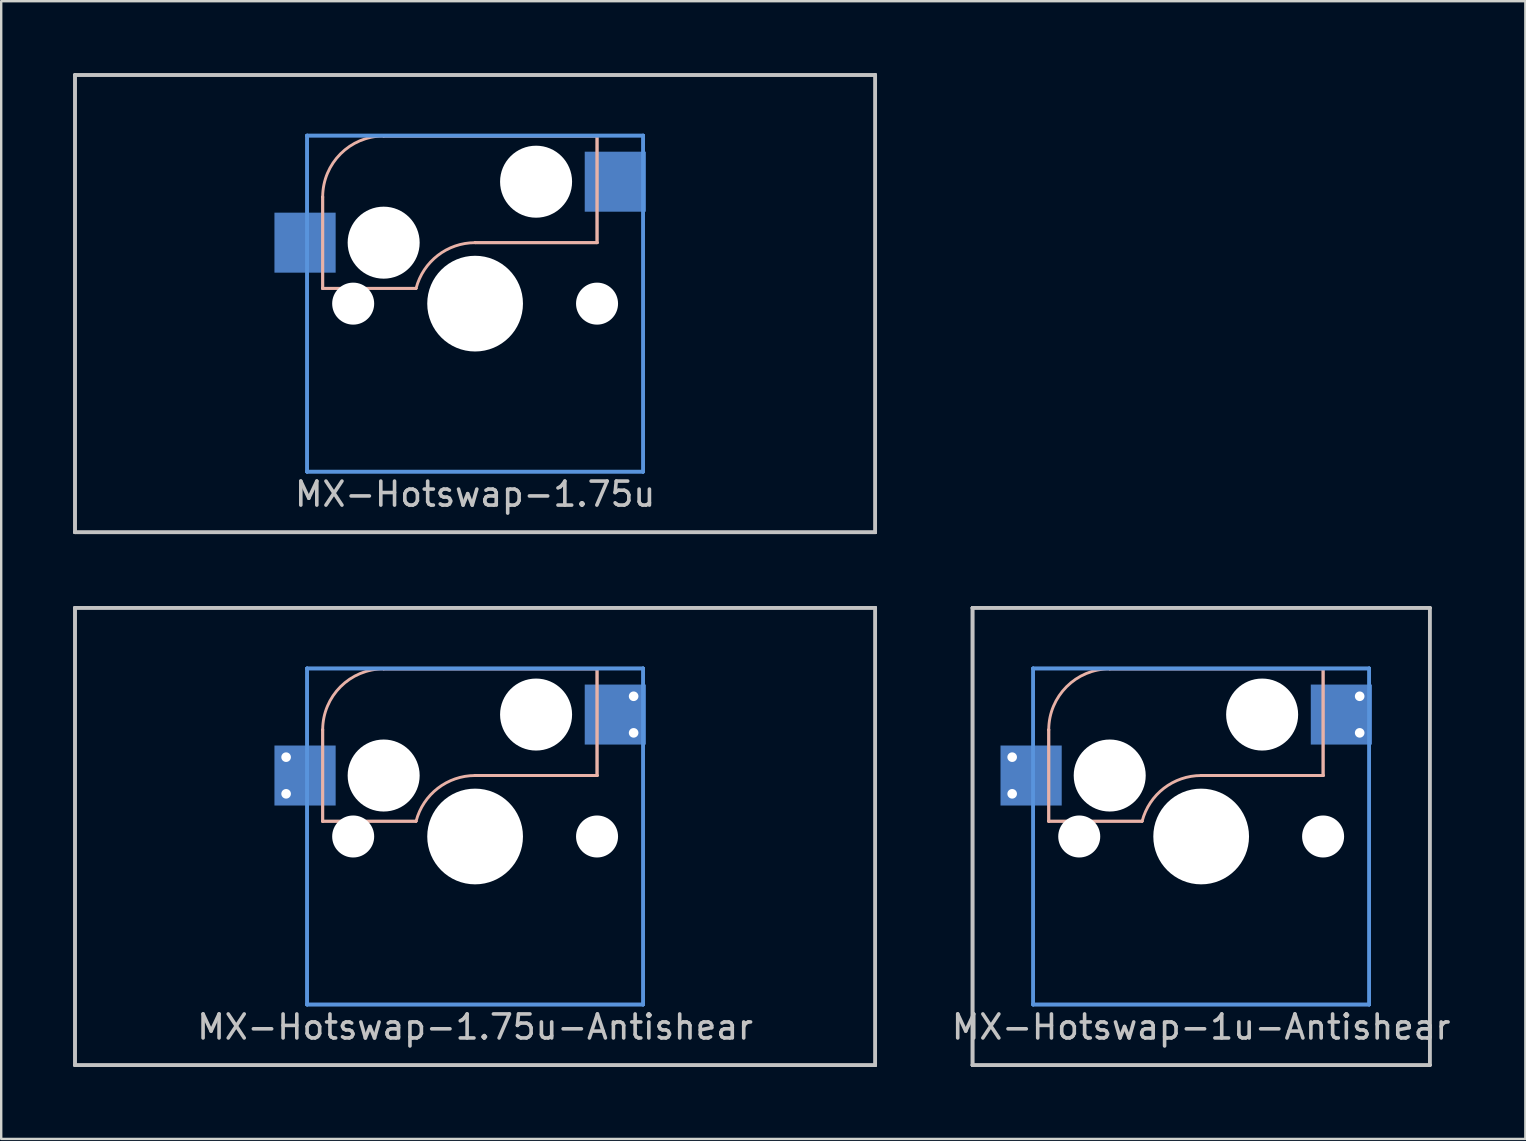
<source format=kicad_pcb>
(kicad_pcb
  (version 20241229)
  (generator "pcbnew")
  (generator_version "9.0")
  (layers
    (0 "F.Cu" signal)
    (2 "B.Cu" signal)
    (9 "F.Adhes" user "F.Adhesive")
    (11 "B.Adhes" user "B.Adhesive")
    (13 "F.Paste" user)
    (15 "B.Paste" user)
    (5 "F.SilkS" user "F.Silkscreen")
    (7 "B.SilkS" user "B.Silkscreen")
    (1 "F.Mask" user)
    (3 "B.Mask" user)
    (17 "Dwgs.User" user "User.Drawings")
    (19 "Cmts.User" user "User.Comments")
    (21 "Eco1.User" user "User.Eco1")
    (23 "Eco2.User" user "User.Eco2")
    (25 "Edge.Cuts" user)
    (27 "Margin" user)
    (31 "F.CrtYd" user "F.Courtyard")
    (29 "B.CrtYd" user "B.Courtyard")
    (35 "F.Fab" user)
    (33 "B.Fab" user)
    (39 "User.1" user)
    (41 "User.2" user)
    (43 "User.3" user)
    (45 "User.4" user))
  (footprint "MX-Hotswap-1u-Antishear"
    (layer "F.Cu")
    (at 46.993 31.8)
    (property "Reference" "MX-Hotswap-1u-Antishear" (at 0 7.938 0) (layer "Dwgs.User") (effects (font (size 1 1) (thickness 0.15))))
    (attr through_hole)
    (fp_line (start -6.35 -4.445) (end -6.35 -4.445) (stroke (width 0.12) (type solid)) (layer "B.SilkS"))
    (fp_line (start -6.35 -4.445) (end -6.35 -0.635) (stroke (width 0.12) (type solid)) (layer "B.SilkS"))
    (fp_line (start -6.35 -0.635) (end -6.35 -4.445) (stroke (width 0.12) (type solid)) (layer "B.SilkS"))
    (fp_line (start -6.35 -0.635) (end -6.35 -0.635) (stroke (width 0.12) (type solid)) (layer "B.SilkS"))
    (fp_line (start -6.35 -0.635) (end -6.35 -0.635) (stroke (width 0.12) (type solid)) (layer "B.SilkS"))
    (fp_line (start -6.35 -0.635) (end -2.464 -0.635) (stroke (width 0.12) (type solid)) (layer "B.SilkS"))
    (fp_line (start -3.81 -6.985) (end -3.81 -6.985) (stroke (width 0.12) (type solid)) (layer "B.SilkS"))
    (fp_line (start -3.81 -6.985) (end 5.08 -6.985) (stroke (width 0.12) (type solid)) (layer "B.SilkS"))
    (fp_line (start -2.464 -0.635) (end -6.35 -0.635) (stroke (width 0.12) (type solid)) (layer "B.SilkS"))
    (fp_line (start -2.464 -0.635) (end -2.464 -0.635) (stroke (width 0.12) (type solid)) (layer "B.SilkS"))
    (fp_line (start 0 -2.54) (end 0 -2.54) (stroke (width 0.12) (type solid)) (layer "B.SilkS"))
    (fp_line (start 0 -2.54) (end 5.08 -2.54) (stroke (width 0.12) (type solid)) (layer "B.SilkS"))
    (fp_line (start 5.08 -6.985) (end -3.81 -6.985) (stroke (width 0.12) (type solid)) (layer "B.SilkS"))
    (fp_line (start 5.08 -6.985) (end 5.08 -6.985) (stroke (width 0.12) (type solid)) (layer "B.SilkS"))
    (fp_line (start 5.08 -6.985) (end 5.08 -6.985) (stroke (width 0.12) (type solid)) (layer "B.SilkS"))
    (fp_line (start 5.08 -6.985) (end 5.08 -2.54) (stroke (width 0.12) (type solid)) (layer "B.SilkS"))
    (fp_line (start 5.08 -2.54) (end 0 -2.54) (stroke (width 0.12) (type solid)) (layer "B.SilkS"))
    (fp_line (start 5.08 -2.54) (end 5.08 -6.985) (stroke (width 0.12) (type solid)) (layer "B.SilkS"))
    (fp_line (start 5.08 -2.54) (end 5.08 -2.54) (stroke (width 0.12) (type solid)) (layer "B.SilkS"))
    (fp_line (start 5.08 -2.54) (end 5.08 -2.54) (stroke (width 0.12) (type solid)) (layer "B.SilkS"))
    (fp_arc (start -6.35 -4.445) (mid -5.606051 -6.241051) (end -3.81 -6.985) (stroke (width 0.12) (type solid)) (layer "B.SilkS"))
    (fp_arc (start -2.457981 -0.640256) (mid -1.553279 -2.009707) (end 0 -2.54) (stroke (width 0.12) (type solid)) (layer "B.SilkS"))
    (fp_line (start -9.525 -9.525) (end -9.525 -9.525) (stroke (width 0.15) (type solid)) (layer "Dwgs.User"))
    (fp_line (start -9.525 -9.525) (end -9.525 -9.525) (stroke (width 0.15) (type solid)) (layer "Dwgs.User"))
    (fp_line (start -9.525 -9.525) (end -9.525 9.525) (stroke (width 0.15) (type solid)) (layer "Dwgs.User"))
    (fp_line (start -9.525 -9.525) (end 9.525 -9.525) (stroke (width 0.15) (type solid)) (layer "Dwgs.User"))
    (fp_line (start -9.525 9.525) (end -9.525 -9.525) (stroke (width 0.15) (type solid)) (layer "Dwgs.User"))
    (fp_line (start -9.525 9.525) (end -9.525 9.525) (stroke (width 0.15) (type solid)) (layer "Dwgs.User"))
    (fp_line (start -9.525 9.525) (end -9.525 9.525) (stroke (width 0.15) (type solid)) (layer "Dwgs.User"))
    (fp_line (start -9.525 9.525) (end 9.525 9.525) (stroke (width 0.15) (type solid)) (layer "Dwgs.User"))
    (fp_line (start 9.525 -9.525) (end -9.525 -9.525) (stroke (width 0.15) (type solid)) (layer "Dwgs.User"))
    (fp_line (start 9.525 -9.525) (end 9.525 -9.525) (stroke (width 0.15) (type solid)) (layer "Dwgs.User"))
    (fp_line (start 9.525 -9.525) (end 9.525 -9.525) (stroke (width 0.15) (type solid)) (layer "Dwgs.User"))
    (fp_line (start 9.525 -9.525) (end 9.525 9.525) (stroke (width 0.15) (type solid)) (layer "Dwgs.User"))
    (fp_line (start 9.525 9.525) (end -9.525 9.525) (stroke (width 0.15) (type solid)) (layer "Dwgs.User"))
    (fp_line (start 9.525 9.525) (end 9.525 -9.525) (stroke (width 0.15) (type solid)) (layer "Dwgs.User"))
    (fp_line (start 9.525 9.525) (end 9.525 9.525) (stroke (width 0.15) (type solid)) (layer "Dwgs.User"))
    (fp_line (start 9.525 9.525) (end 9.525 9.525) (stroke (width 0.15) (type solid)) (layer "Dwgs.User"))
    (fp_line (start -7 -7) (end -7 -7) (stroke (width 0.15) (type solid)) (layer "Cmts.User"))
    (fp_line (start -7 -7) (end -7 -7) (stroke (width 0.15) (type solid)) (layer "Cmts.User"))
    (fp_line (start -7 -7) (end -7 7) (stroke (width 0.15) (type solid)) (layer "Cmts.User"))
    (fp_line (start -7 -7) (end 7 -7) (stroke (width 0.15) (type solid)) (layer "Cmts.User"))
    (fp_line (start -7 7) (end -7 -7) (stroke (width 0.15) (type solid)) (layer "Cmts.User"))
    (fp_line (start -7 7) (end -7 7) (stroke (width 0.15) (type solid)) (layer "Cmts.User"))
    (fp_line (start -7 7) (end -7 7) (stroke (width 0.15) (type solid)) (layer "Cmts.User"))
    (fp_line (start -7 7) (end 7 7) (stroke (width 0.15) (type solid)) (layer "Cmts.User"))
    (fp_line (start 7 -7) (end -7 -7) (stroke (width 0.15) (type solid)) (layer "Cmts.User"))
    (fp_line (start 7 -7) (end 7 -7) (stroke (width 0.15) (type solid)) (layer "Cmts.User"))
    (fp_line (start 7 -7) (end 7 -7) (stroke (width 0.15) (type solid)) (layer "Cmts.User"))
    (fp_line (start 7 -7) (end 7 7) (stroke (width 0.15) (type solid)) (layer "Cmts.User"))
    (fp_line (start 7 7) (end -7 7) (stroke (width 0.15) (type solid)) (layer "Cmts.User"))
    (fp_line (start 7 7) (end 7 -7) (stroke (width 0.15) (type solid)) (layer "Cmts.User"))
    (fp_line (start 7 7) (end 7 7) (stroke (width 0.15) (type solid)) (layer "Cmts.User"))
    (fp_line (start 7 7) (end 7 7) (stroke (width 0.15) (type solid)) (layer "Cmts.User"))
    (pad "" np_thru_hole circle (at -5.08 0) (size 1.75 1.75) (drill 1.75) (layers "*.Cu" "*.Mask"))
    (pad "" np_thru_hole circle (at -3.81 -2.54) (size 3 3) (drill 3) (layers "*.Cu" "*.Mask"))
    (pad "" np_thru_hole circle (at 0 0) (size 3.988 3.988) (drill 3.988) (layers "*.Cu" "*.Mask"))
    (pad "" np_thru_hole circle (at 2.54 -5.08) (size 3 3) (drill 3) (layers "*.Cu" "*.Mask"))
    (pad "" np_thru_hole circle (at 5.08 0) (size 1.75 1.75) (drill 1.75) (layers "*.Cu" "*.Mask"))
    (pad "1" thru_hole circle (at -7.874 -3.305) (size 0.8 0.8) (drill 0.4) (layers "*.Cu" "*.Mask"))
    (pad "1" thru_hole circle (at -7.874 -1.778) (size 0.8 0.8) (drill 0.4) (layers "*.Cu" "*.Mask"))
    (pad "1" smd rect (at -7.085 -2.54) (size 2.55 2.5) (layers "B.Cu" "B.Mask" "B.Paste"))
    (pad "2" smd rect (at 5.842 -5.08) (size 2.55 2.5) (layers "B.Cu" "B.Mask" "B.Paste"))
    (pad "2" thru_hole circle (at 6.604 -5.842) (size 0.8 0.8) (drill 0.4) (layers "*.Cu" "*.Mask"))
    (pad "2" thru_hole circle (at 6.604 -4.318) (size 0.8 0.8) (drill 0.4) (layers "*.Cu" "*.Mask")))
  (footprint "MX-Hotswap-1.75u-Antishear"
    (layer "F.Cu")
    (at 16.744 31.8)
    (property "Reference" "MX-Hotswap-1.75u-Antishear" (at 0 7.938 0) (layer "Dwgs.User") (effects (font (size 1 1) (thickness 0.15))))
    (attr through_hole)
    (fp_line (start -6.35 -4.445) (end -6.35 -4.445) (stroke (width 0.12) (type solid)) (layer "B.SilkS"))
    (fp_line (start -6.35 -4.445) (end -6.35 -0.635) (stroke (width 0.12) (type solid)) (layer "B.SilkS"))
    (fp_line (start -6.35 -0.635) (end -6.35 -4.445) (stroke (width 0.12) (type solid)) (layer "B.SilkS"))
    (fp_line (start -6.35 -0.635) (end -6.35 -0.635) (stroke (width 0.12) (type solid)) (layer "B.SilkS"))
    (fp_line (start -6.35 -0.635) (end -6.35 -0.635) (stroke (width 0.12) (type solid)) (layer "B.SilkS"))
    (fp_line (start -6.35 -0.635) (end -2.464 -0.635) (stroke (width 0.12) (type solid)) (layer "B.SilkS"))
    (fp_line (start -3.81 -6.985) (end -3.81 -6.985) (stroke (width 0.12) (type solid)) (layer "B.SilkS"))
    (fp_line (start -3.81 -6.985) (end 5.08 -6.985) (stroke (width 0.12) (type solid)) (layer "B.SilkS"))
    (fp_line (start -2.464 -0.635) (end -6.35 -0.635) (stroke (width 0.12) (type solid)) (layer "B.SilkS"))
    (fp_line (start -2.464 -0.635) (end -2.464 -0.635) (stroke (width 0.12) (type solid)) (layer "B.SilkS"))
    (fp_line (start 0 -2.54) (end 0 -2.54) (stroke (width 0.12) (type solid)) (layer "B.SilkS"))
    (fp_line (start 0 -2.54) (end 5.08 -2.54) (stroke (width 0.12) (type solid)) (layer "B.SilkS"))
    (fp_line (start 5.08 -6.985) (end -3.81 -6.985) (stroke (width 0.12) (type solid)) (layer "B.SilkS"))
    (fp_line (start 5.08 -6.985) (end 5.08 -6.985) (stroke (width 0.12) (type solid)) (layer "B.SilkS"))
    (fp_line (start 5.08 -6.985) (end 5.08 -6.985) (stroke (width 0.12) (type solid)) (layer "B.SilkS"))
    (fp_line (start 5.08 -6.985) (end 5.08 -2.54) (stroke (width 0.12) (type solid)) (layer "B.SilkS"))
    (fp_line (start 5.08 -2.54) (end 0 -2.54) (stroke (width 0.12) (type solid)) (layer "B.SilkS"))
    (fp_line (start 5.08 -2.54) (end 5.08 -6.985) (stroke (width 0.12) (type solid)) (layer "B.SilkS"))
    (fp_line (start 5.08 -2.54) (end 5.08 -2.54) (stroke (width 0.12) (type solid)) (layer "B.SilkS"))
    (fp_line (start 5.08 -2.54) (end 5.08 -2.54) (stroke (width 0.12) (type solid)) (layer "B.SilkS"))
    (fp_arc (start -6.35 -4.445) (mid -5.606051 -6.241051) (end -3.81 -6.985) (stroke (width 0.12) (type solid)) (layer "B.SilkS"))
    (fp_arc (start -2.457981 -0.640256) (mid -1.553279 -2.009707) (end 0 -2.54) (stroke (width 0.12) (type solid)) (layer "B.SilkS"))
    (fp_line (start -16.669 -9.525) (end -16.669 -9.525) (stroke (width 0.15) (type solid)) (layer "Dwgs.User"))
    (fp_line (start -16.669 -9.525) (end -16.669 -9.525) (stroke (width 0.15) (type solid)) (layer "Dwgs.User"))
    (fp_line (start -16.669 -9.525) (end -16.669 9.525) (stroke (width 0.15) (type solid)) (layer "Dwgs.User"))
    (fp_line (start -16.669 -9.525) (end 16.669 -9.525) (stroke (width 0.15) (type solid)) (layer "Dwgs.User"))
    (fp_line (start -16.669 9.525) (end -16.669 -9.525) (stroke (width 0.15) (type solid)) (layer "Dwgs.User"))
    (fp_line (start -16.669 9.525) (end -16.669 9.525) (stroke (width 0.15) (type solid)) (layer "Dwgs.User"))
    (fp_line (start -16.669 9.525) (end -16.669 9.525) (stroke (width 0.15) (type solid)) (layer "Dwgs.User"))
    (fp_line (start -16.669 9.525) (end 16.669 9.525) (stroke (width 0.15) (type solid)) (layer "Dwgs.User"))
    (fp_line (start 16.669 -9.525) (end -16.669 -9.525) (stroke (width 0.15) (type solid)) (layer "Dwgs.User"))
    (fp_line (start 16.669 -9.525) (end 16.669 -9.525) (stroke (width 0.15) (type solid)) (layer "Dwgs.User"))
    (fp_line (start 16.669 -9.525) (end 16.669 -9.525) (stroke (width 0.15) (type solid)) (layer "Dwgs.User"))
    (fp_line (start 16.669 -9.525) (end 16.669 9.525) (stroke (width 0.15) (type solid)) (layer "Dwgs.User"))
    (fp_line (start 16.669 9.525) (end -16.669 9.525) (stroke (width 0.15) (type solid)) (layer "Dwgs.User"))
    (fp_line (start 16.669 9.525) (end 16.669 -9.525) (stroke (width 0.15) (type solid)) (layer "Dwgs.User"))
    (fp_line (start 16.669 9.525) (end 16.669 9.525) (stroke (width 0.15) (type solid)) (layer "Dwgs.User"))
    (fp_line (start 16.669 9.525) (end 16.669 9.525) (stroke (width 0.15) (type solid)) (layer "Dwgs.User"))
    (fp_line (start -7 -7) (end -7 -7) (stroke (width 0.15) (type solid)) (layer "Cmts.User"))
    (fp_line (start -7 -7) (end -7 -7) (stroke (width 0.15) (type solid)) (layer "Cmts.User"))
    (fp_line (start -7 -7) (end -7 7) (stroke (width 0.15) (type solid)) (layer "Cmts.User"))
    (fp_line (start -7 -7) (end 7 -7) (stroke (width 0.15) (type solid)) (layer "Cmts.User"))
    (fp_line (start -7 7) (end -7 -7) (stroke (width 0.15) (type solid)) (layer "Cmts.User"))
    (fp_line (start -7 7) (end -7 7) (stroke (width 0.15) (type solid)) (layer "Cmts.User"))
    (fp_line (start -7 7) (end -7 7) (stroke (width 0.15) (type solid)) (layer "Cmts.User"))
    (fp_line (start -7 7) (end 7 7) (stroke (width 0.15) (type solid)) (layer "Cmts.User"))
    (fp_line (start 7 -7) (end -7 -7) (stroke (width 0.15) (type solid)) (layer "Cmts.User"))
    (fp_line (start 7 -7) (end 7 -7) (stroke (width 0.15) (type solid)) (layer "Cmts.User"))
    (fp_line (start 7 -7) (end 7 -7) (stroke (width 0.15) (type solid)) (layer "Cmts.User"))
    (fp_line (start 7 -7) (end 7 7) (stroke (width 0.15) (type solid)) (layer "Cmts.User"))
    (fp_line (start 7 7) (end -7 7) (stroke (width 0.15) (type solid)) (layer "Cmts.User"))
    (fp_line (start 7 7) (end 7 -7) (stroke (width 0.15) (type solid)) (layer "Cmts.User"))
    (fp_line (start 7 7) (end 7 7) (stroke (width 0.15) (type solid)) (layer "Cmts.User"))
    (fp_line (start 7 7) (end 7 7) (stroke (width 0.15) (type solid)) (layer "Cmts.User"))
    (pad "" np_thru_hole circle (at -5.08 0) (size 1.75 1.75) (drill 1.75) (layers "*.Cu" "*.Mask"))
    (pad "" np_thru_hole circle (at -3.81 -2.54) (size 3 3) (drill 3) (layers "*.Cu" "*.Mask"))
    (pad "" np_thru_hole circle (at 0 0) (size 3.988 3.988) (drill 3.988) (layers "*.Cu" "*.Mask"))
    (pad "" np_thru_hole circle (at 2.54 -5.08) (size 3 3) (drill 3) (layers "*.Cu" "*.Mask"))
    (pad "" np_thru_hole circle (at 5.08 0) (size 1.75 1.75) (drill 1.75) (layers "*.Cu" "*.Mask"))
    (pad "1" thru_hole circle (at -7.874 -3.305) (size 0.8 0.8) (drill 0.4) (layers "*.Cu" "*.Mask"))
    (pad "1" thru_hole circle (at -7.874 -1.778) (size 0.8 0.8) (drill 0.4) (layers "*.Cu" "*.Mask"))
    (pad "1" smd rect (at -7.085 -2.54) (size 2.55 2.5) (layers "B.Cu" "B.Mask" "B.Paste"))
    (pad "2" smd rect (at 5.842 -5.08) (size 2.55 2.5) (layers "B.Cu" "B.Mask" "B.Paste"))
    (pad "2" thru_hole circle (at 6.604 -5.842) (size 0.8 0.8) (drill 0.4) (layers "*.Cu" "*.Mask"))
    (pad "2" thru_hole circle (at 6.604 -4.318) (size 0.8 0.8) (drill 0.4) (layers "*.Cu" "*.Mask")))
  (footprint "MX-Hotswap-1.75u"
    (layer "F.Cu")
    (at 16.744 9.6)
    (property "Reference" "MX-Hotswap-1.75u" (at 0 7.938 0) (layer "Dwgs.User") (effects (font (size 1 1) (thickness 0.15))))
    (attr through_hole)
    (fp_line (start -6.35 -4.445) (end -6.35 -4.445) (stroke (width 0.12) (type solid)) (layer "B.SilkS"))
    (fp_line (start -6.35 -4.445) (end -6.35 -0.635) (stroke (width 0.12) (type solid)) (layer "B.SilkS"))
    (fp_line (start -6.35 -0.635) (end -6.35 -4.445) (stroke (width 0.12) (type solid)) (layer "B.SilkS"))
    (fp_line (start -6.35 -0.635) (end -6.35 -0.635) (stroke (width 0.12) (type solid)) (layer "B.SilkS"))
    (fp_line (start -6.35 -0.635) (end -6.35 -0.635) (stroke (width 0.12) (type solid)) (layer "B.SilkS"))
    (fp_line (start -6.35 -0.635) (end -2.464 -0.635) (stroke (width 0.12) (type solid)) (layer "B.SilkS"))
    (fp_line (start -3.81 -6.985) (end -3.81 -6.985) (stroke (width 0.12) (type solid)) (layer "B.SilkS"))
    (fp_line (start -3.81 -6.985) (end 5.08 -6.985) (stroke (width 0.12) (type solid)) (layer "B.SilkS"))
    (fp_line (start -2.464 -0.635) (end -6.35 -0.635) (stroke (width 0.12) (type solid)) (layer "B.SilkS"))
    (fp_line (start -2.464 -0.635) (end -2.464 -0.635) (stroke (width 0.12) (type solid)) (layer "B.SilkS"))
    (fp_line (start 0 -2.54) (end 0 -2.54) (stroke (width 0.12) (type solid)) (layer "B.SilkS"))
    (fp_line (start 0 -2.54) (end 5.08 -2.54) (stroke (width 0.12) (type solid)) (layer "B.SilkS"))
    (fp_line (start 5.08 -6.985) (end -3.81 -6.985) (stroke (width 0.12) (type solid)) (layer "B.SilkS"))
    (fp_line (start 5.08 -6.985) (end 5.08 -6.985) (stroke (width 0.12) (type solid)) (layer "B.SilkS"))
    (fp_line (start 5.08 -6.985) (end 5.08 -6.985) (stroke (width 0.12) (type solid)) (layer "B.SilkS"))
    (fp_line (start 5.08 -6.985) (end 5.08 -2.54) (stroke (width 0.12) (type solid)) (layer "B.SilkS"))
    (fp_line (start 5.08 -2.54) (end 0 -2.54) (stroke (width 0.12) (type solid)) (layer "B.SilkS"))
    (fp_line (start 5.08 -2.54) (end 5.08 -6.985) (stroke (width 0.12) (type solid)) (layer "B.SilkS"))
    (fp_line (start 5.08 -2.54) (end 5.08 -2.54) (stroke (width 0.12) (type solid)) (layer "B.SilkS"))
    (fp_line (start 5.08 -2.54) (end 5.08 -2.54) (stroke (width 0.12) (type solid)) (layer "B.SilkS"))
    (fp_arc (start -6.35 -4.445) (mid -5.606051 -6.241051) (end -3.81 -6.985) (stroke (width 0.12) (type solid)) (layer "B.SilkS"))
    (fp_arc (start -2.457981 -0.640256) (mid -1.553279 -2.009707) (end 0 -2.54) (stroke (width 0.12) (type solid)) (layer "B.SilkS"))
    (fp_line (start -16.669 -9.525) (end -16.669 -9.525) (stroke (width 0.15) (type solid)) (layer "Dwgs.User"))
    (fp_line (start -16.669 -9.525) (end -16.669 -9.525) (stroke (width 0.15) (type solid)) (layer "Dwgs.User"))
    (fp_line (start -16.669 -9.525) (end -16.669 9.525) (stroke (width 0.15) (type solid)) (layer "Dwgs.User"))
    (fp_line (start -16.669 -9.525) (end 16.669 -9.525) (stroke (width 0.15) (type solid)) (layer "Dwgs.User"))
    (fp_line (start -16.669 9.525) (end -16.669 -9.525) (stroke (width 0.15) (type solid)) (layer "Dwgs.User"))
    (fp_line (start -16.669 9.525) (end -16.669 9.525) (stroke (width 0.15) (type solid)) (layer "Dwgs.User"))
    (fp_line (start -16.669 9.525) (end -16.669 9.525) (stroke (width 0.15) (type solid)) (layer "Dwgs.User"))
    (fp_line (start -16.669 9.525) (end 16.669 9.525) (stroke (width 0.15) (type solid)) (layer "Dwgs.User"))
    (fp_line (start 16.669 -9.525) (end -16.669 -9.525) (stroke (width 0.15) (type solid)) (layer "Dwgs.User"))
    (fp_line (start 16.669 -9.525) (end 16.669 -9.525) (stroke (width 0.15) (type solid)) (layer "Dwgs.User"))
    (fp_line (start 16.669 -9.525) (end 16.669 -9.525) (stroke (width 0.15) (type solid)) (layer "Dwgs.User"))
    (fp_line (start 16.669 -9.525) (end 16.669 9.525) (stroke (width 0.15) (type solid)) (layer "Dwgs.User"))
    (fp_line (start 16.669 9.525) (end -16.669 9.525) (stroke (width 0.15) (type solid)) (layer "Dwgs.User"))
    (fp_line (start 16.669 9.525) (end 16.669 -9.525) (stroke (width 0.15) (type solid)) (layer "Dwgs.User"))
    (fp_line (start 16.669 9.525) (end 16.669 9.525) (stroke (width 0.15) (type solid)) (layer "Dwgs.User"))
    (fp_line (start 16.669 9.525) (end 16.669 9.525) (stroke (width 0.15) (type solid)) (layer "Dwgs.User"))
    (fp_line (start -7 -7) (end -7 -7) (stroke (width 0.15) (type solid)) (layer "Cmts.User"))
    (fp_line (start -7 -7) (end -7 -7) (stroke (width 0.15) (type solid)) (layer "Cmts.User"))
    (fp_line (start -7 -7) (end -7 7) (stroke (width 0.15) (type solid)) (layer "Cmts.User"))
    (fp_line (start -7 -7) (end 7 -7) (stroke (width 0.15) (type solid)) (layer "Cmts.User"))
    (fp_line (start -7 7) (end -7 -7) (stroke (width 0.15) (type solid)) (layer "Cmts.User"))
    (fp_line (start -7 7) (end -7 7) (stroke (width 0.15) (type solid)) (layer "Cmts.User"))
    (fp_line (start -7 7) (end -7 7) (stroke (width 0.15) (type solid)) (layer "Cmts.User"))
    (fp_line (start -7 7) (end 7 7) (stroke (width 0.15) (type solid)) (layer "Cmts.User"))
    (fp_line (start 7 -7) (end -7 -7) (stroke (width 0.15) (type solid)) (layer "Cmts.User"))
    (fp_line (start 7 -7) (end 7 -7) (stroke (width 0.15) (type solid)) (layer "Cmts.User"))
    (fp_line (start 7 -7) (end 7 -7) (stroke (width 0.15) (type solid)) (layer "Cmts.User"))
    (fp_line (start 7 -7) (end 7 7) (stroke (width 0.15) (type solid)) (layer "Cmts.User"))
    (fp_line (start 7 7) (end -7 7) (stroke (width 0.15) (type solid)) (layer "Cmts.User"))
    (fp_line (start 7 7) (end 7 -7) (stroke (width 0.15) (type solid)) (layer "Cmts.User"))
    (fp_line (start 7 7) (end 7 7) (stroke (width 0.15) (type solid)) (layer "Cmts.User"))
    (fp_line (start 7 7) (end 7 7) (stroke (width 0.15) (type solid)) (layer "Cmts.User"))
    (pad "" np_thru_hole circle (at -5.08 0) (size 1.75 1.75) (drill 1.75) (layers "*.Cu" "*.Mask"))
    (pad "" np_thru_hole circle (at -3.81 -2.54) (size 3 3) (drill 3) (layers "*.Cu" "*.Mask"))
    (pad "" np_thru_hole circle (at 0 0) (size 3.988 3.988) (drill 3.988) (layers "*.Cu" "*.Mask"))
    (pad "" np_thru_hole circle (at 2.54 -5.08) (size 3 3) (drill 3) (layers "*.Cu" "*.Mask"))
    (pad "" np_thru_hole circle (at 5.08 0) (size 1.75 1.75) (drill 1.75) (layers "*.Cu" "*.Mask"))
    (pad "1" smd rect (at -7.085 -2.54) (size 2.55 2.5) (layers "B.Cu" "B.Mask" "B.Paste"))
    (pad "2" smd rect (at 5.842 -5.08) (size 2.55 2.5) (layers "B.Cu" "B.Mask" "B.Paste")))
  (gr_rect
    (start -3 -3)
    (end 60.499 44.4)
    (stroke (width 0.1) (type default))
    (fill no)
    (layer "Edge.Cuts")))
</source>
